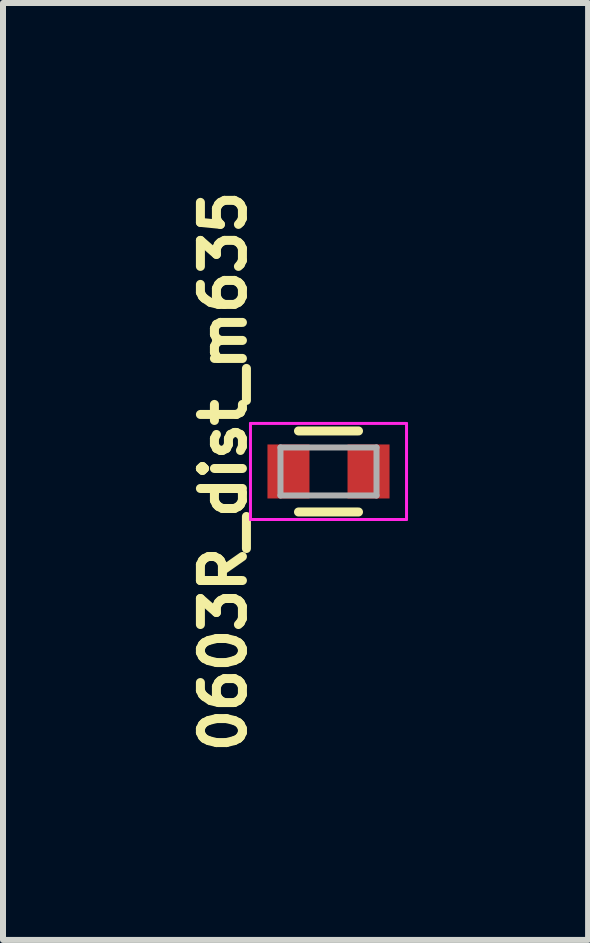
<source format=kicad_pcb>
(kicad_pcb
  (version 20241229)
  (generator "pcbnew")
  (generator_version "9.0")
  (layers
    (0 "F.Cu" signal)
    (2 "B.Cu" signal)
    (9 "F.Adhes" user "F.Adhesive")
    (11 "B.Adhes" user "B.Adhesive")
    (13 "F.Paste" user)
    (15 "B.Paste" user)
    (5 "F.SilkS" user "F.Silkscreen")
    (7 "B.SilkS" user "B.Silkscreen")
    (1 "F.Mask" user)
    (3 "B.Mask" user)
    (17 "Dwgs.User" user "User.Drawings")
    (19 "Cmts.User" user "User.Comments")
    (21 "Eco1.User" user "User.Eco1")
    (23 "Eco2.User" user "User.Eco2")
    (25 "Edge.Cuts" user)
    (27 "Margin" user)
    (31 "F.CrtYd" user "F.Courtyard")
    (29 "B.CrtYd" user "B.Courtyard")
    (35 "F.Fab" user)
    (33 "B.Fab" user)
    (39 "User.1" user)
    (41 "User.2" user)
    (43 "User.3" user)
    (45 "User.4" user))
  (footprint "0603R_dist_m635"
    (layer "F.Cu")
    (at 2.423 4.805)
    (property "Reference" "0603R_dist_m635" (at -1.75 0 90) (layer "F.SilkS") (effects (font (size 0.7 0.7) (thickness 0.15))))
    (attr smd)
    (fp_line (start -0.5 -0.675) (end 0.5 -0.675) (stroke (width 0.15) (type solid)) (layer "F.SilkS"))
    (fp_line (start 0.5 0.675) (end -0.5 0.675) (stroke (width 0.15) (type solid)) (layer "F.SilkS"))
    (fp_line (start -1.3 -0.8) (end -1.3 0.8) (stroke (width 0.05) (type solid)) (layer "F.CrtYd"))
    (fp_line (start -1.3 -0.8) (end 1.3 -0.8) (stroke (width 0.05) (type solid)) (layer "F.CrtYd"))
    (fp_line (start -1.3 0.8) (end 1.3 0.8) (stroke (width 0.05) (type solid)) (layer "F.CrtYd"))
    (fp_line (start 1.3 -0.8) (end 1.3 0.8) (stroke (width 0.05) (type solid)) (layer "F.CrtYd"))
    (fp_line (start -0.8 -0.4) (end 0.8 -0.4) (stroke (width 0.1) (type solid)) (layer "F.Fab"))
    (fp_line (start -0.8 0.4) (end -0.8 -0.4) (stroke (width 0.1) (type solid)) (layer "F.Fab"))
    (fp_line (start 0.8 -0.4) (end 0.8 0.4) (stroke (width 0.1) (type solid)) (layer "F.Fab"))
    (fp_line (start 0.8 0.4) (end -0.8 0.4) (stroke (width 0.1) (type solid)) (layer "F.Fab"))
    (pad "1" smd rect (at -0.667 0) (size 0.7 0.9) (layers "F.Cu" "F.Mask" "F.Paste"))
    (pad "2" smd rect (at 0.667 0) (size 0.7 0.9) (layers "F.Cu" "F.Mask" "F.Paste")))
  (gr_rect
    (start -3 -3)
    (end 6.748 12.61)
    (stroke (width 0.1) (type default))
    (fill no)
    (layer "Edge.Cuts")))
</source>
